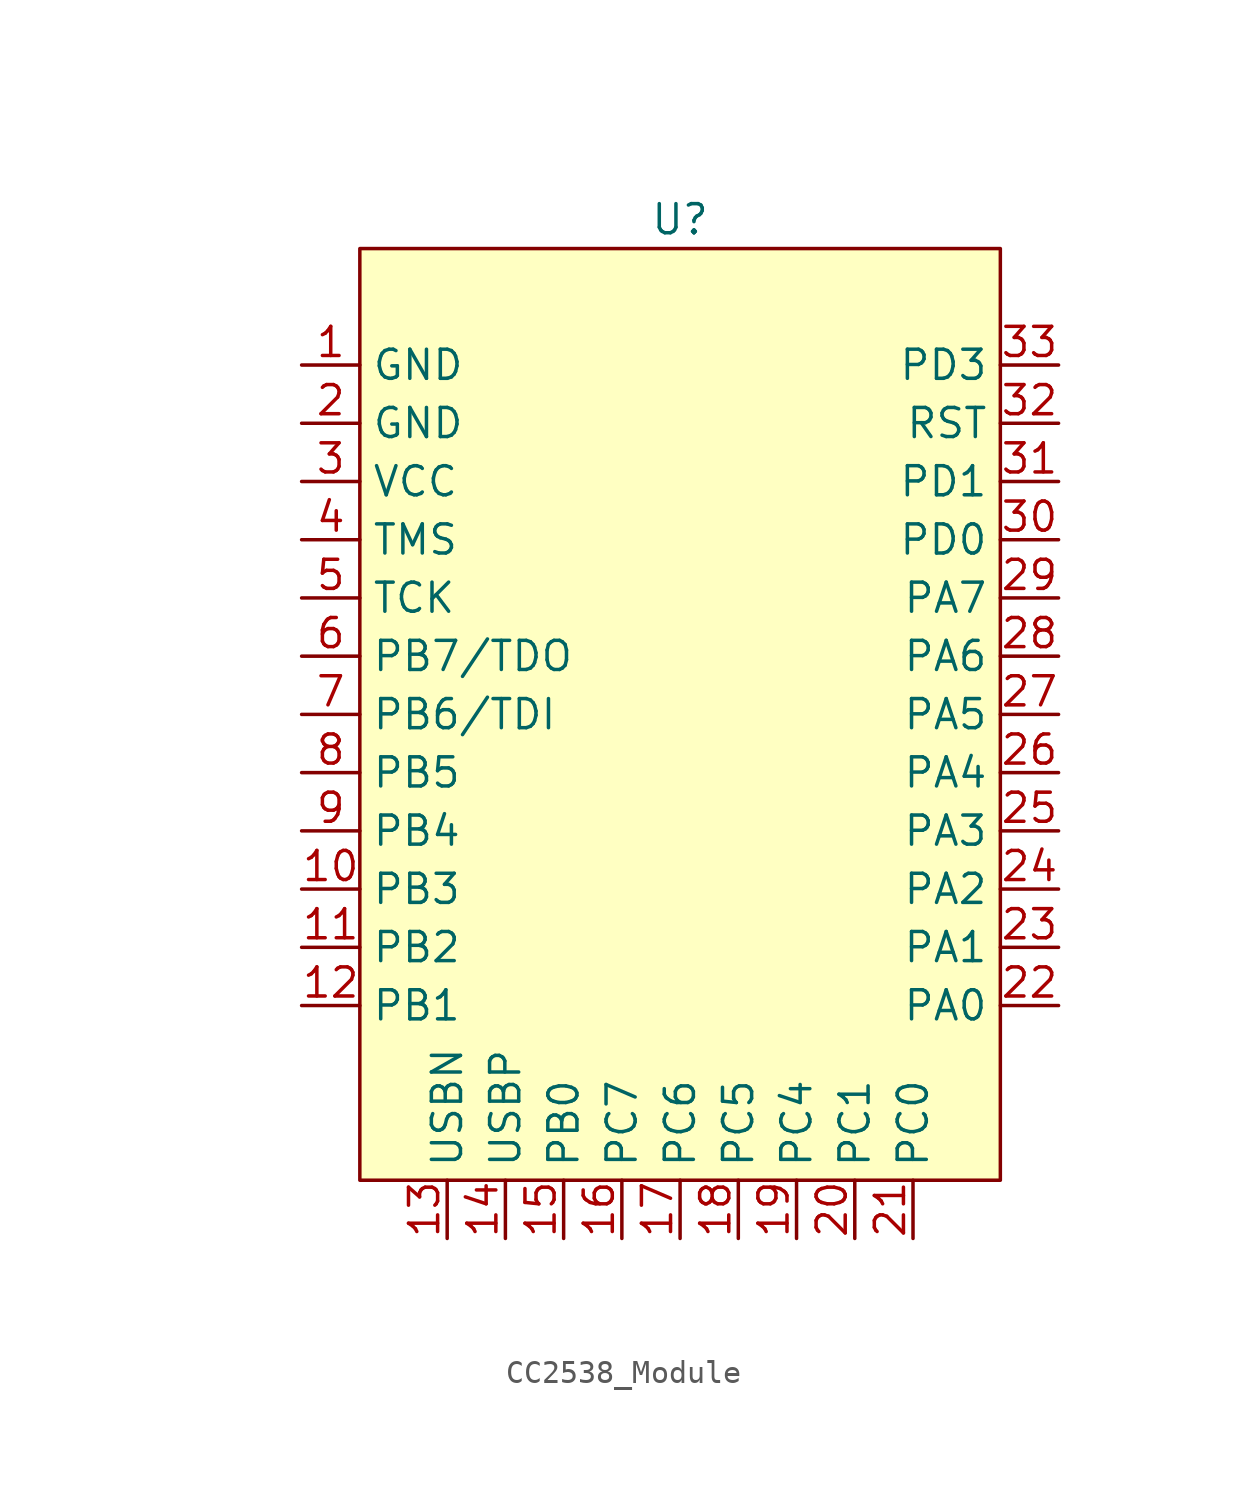
<source format=kicad_sym>
(kicad_symbol_lib
  (version 20231120)
  (generator "kicad_symbol_editor")
  (generator_version "8.0")
  (symbol "CC2538_Module"
    (property "Reference" "U"
      (at 0 20.32 0)
      (effects (font (size 1.27 1.27))))
    (property "Value" ""
      (at -21.59 13.97 0)
      (effects (font (size 1.27 1.27))))
    (symbol "CC2538_Module_0_0"
      (pin power_in line (at -16.51 13.97 0) (length 2.54) (name "GND" (effects (font (size 1.27 1.27)))) (number "1" (effects (font (size 1.27 1.27)))))
      (pin bidirectional line (at -16.51 -8.89 0) (length 2.54) (name "PB3" (effects (font (size 1.27 1.27)))) (number "10" (effects (font (size 1.27 1.27)))))
      (pin bidirectional line (at -16.51 -11.43 0) (length 2.54) (name "PB2" (effects (font (size 1.27 1.27)))) (number "11" (effects (font (size 1.27 1.27)))))
      (pin bidirectional line (at -16.51 -13.97 0) (length 2.54) (name "PB1" (effects (font (size 1.27 1.27)))) (number "12" (effects (font (size 1.27 1.27)))))
      (pin bidirectional line (at -10.16 -24.13 90) (length 2.54) (name "USBN" (effects (font (size 1.27 1.27)))) (number "13" (effects (font (size 1.27 1.27)))))
      (pin bidirectional line (at -7.62 -24.13 90) (length 2.54) (name "USBP" (effects (font (size 1.27 1.27)))) (number "14" (effects (font (size 1.27 1.27)))))
      (pin bidirectional line (at -5.08 -24.13 90) (length 2.54) (name "PB0" (effects (font (size 1.27 1.27)))) (number "15" (effects (font (size 1.27 1.27)))))
      (pin bidirectional line (at -2.54 -24.13 90) (length 2.54) (name "PC7" (effects (font (size 1.27 1.27)))) (number "16" (effects (font (size 1.27 1.27)))))
      (pin bidirectional line (at 0 -24.13 90) (length 2.54) (name "PC6" (effects (font (size 1.27 1.27)))) (number "17" (effects (font (size 1.27 1.27)))))
      (pin bidirectional line (at 2.54 -24.13 90) (length 2.54) (name "PC5" (effects (font (size 1.27 1.27)))) (number "18" (effects (font (size 1.27 1.27)))))
      (pin bidirectional line (at 5.08 -24.13 90) (length 2.54) (name "PC4" (effects (font (size 1.27 1.27)))) (number "19" (effects (font (size 1.27 1.27)))))
      (pin power_in line (at -16.51 11.43 0) (length 2.54) (name "GND" (effects (font (size 1.27 1.27)))) (number "2" (effects (font (size 1.27 1.27)))))
      (pin bidirectional line (at 7.62 -24.13 90) (length 2.54) (name "PC1" (effects (font (size 1.27 1.27)))) (number "20" (effects (font (size 1.27 1.27)))))
      (pin bidirectional line (at 10.16 -24.13 90) (length 2.54) (name "PC0" (effects (font (size 1.27 1.27)))) (number "21" (effects (font (size 1.27 1.27)))))
      (pin bidirectional line (at 16.51 -13.97 180) (length 2.54) (name "PA0" (effects (font (size 1.27 1.27)))) (number "22" (effects (font (size 1.27 1.27)))))
      (pin bidirectional line (at 16.51 -11.43 180) (length 2.54) (name "PA1" (effects (font (size 1.27 1.27)))) (number "23" (effects (font (size 1.27 1.27)))))
      (pin bidirectional line (at 16.51 -8.89 180) (length 2.54) (name "PA2" (effects (font (size 1.27 1.27)))) (number "24" (effects (font (size 1.27 1.27)))))
      (pin bidirectional line (at 16.51 -6.35 180) (length 2.54) (name "PA3" (effects (font (size 1.27 1.27)))) (number "25" (effects (font (size 1.27 1.27)))))
      (pin bidirectional line (at 16.51 -3.81 180) (length 2.54) (name "PA4" (effects (font (size 1.27 1.27)))) (number "26" (effects (font (size 1.27 1.27)))))
      (pin bidirectional line (at 16.51 -1.27 180) (length 2.54) (name "PA5" (effects (font (size 1.27 1.27)))) (number "27" (effects (font (size 1.27 1.27)))))
      (pin bidirectional line (at 16.51 1.27 180) (length 2.54) (name "PA6" (effects (font (size 1.27 1.27)))) (number "28" (effects (font (size 1.27 1.27)))))
      (pin bidirectional line (at 16.51 3.81 180) (length 2.54) (name "PA7" (effects (font (size 1.27 1.27)))) (number "29" (effects (font (size 1.27 1.27)))))
      (pin power_out line (at -16.51 8.89 0) (length 2.54) (name "VCC" (effects (font (size 1.27 1.27)))) (number "3" (effects (font (size 1.27 1.27)))))
      (pin bidirectional line (at 16.51 6.35 180) (length 2.54) (name "PD0" (effects (font (size 1.27 1.27)))) (number "30" (effects (font (size 1.27 1.27)))))
      (pin bidirectional line (at 16.51 8.89 180) (length 2.54) (name "PD1" (effects (font (size 1.27 1.27)))) (number "31" (effects (font (size 1.27 1.27)))))
      (pin input line (at 16.51 11.43 180) (length 2.54) (name "RST" (effects (font (size 1.27 1.27)))) (number "32" (effects (font (size 1.27 1.27)))))
      (pin bidirectional line (at 16.51 13.97 180) (length 2.54) (name "PD3" (effects (font (size 1.27 1.27)))) (number "33" (effects (font (size 1.27 1.27)))))
      (pin bidirectional line (at -16.51 6.35 0) (length 2.54) (name "TMS" (effects (font (size 1.27 1.27)))) (number "4" (effects (font (size 1.27 1.27)))))
      (pin bidirectional line (at -16.51 3.81 0) (length 2.54) (name "TCK" (effects (font (size 1.27 1.27)))) (number "5" (effects (font (size 1.27 1.27)))))
      (pin bidirectional line (at -16.51 1.27 0) (length 2.54) (name "PB7/TDO" (effects (font (size 1.27 1.27)))) (number "6" (effects (font (size 1.27 1.27)))))
      (pin bidirectional line (at -16.51 -1.27 0) (length 2.54) (name "PB6/TDI" (effects (font (size 1.27 1.27)))) (number "7" (effects (font (size 1.27 1.27)))))
      (pin bidirectional line (at -16.51 -3.81 0) (length 2.54) (name "PB5" (effects (font (size 1.27 1.27)))) (number "8" (effects (font (size 1.27 1.27)))))
      (pin bidirectional line (at -16.51 -6.35 0) (length 2.54) (name "PB4" (effects (font (size 1.27 1.27)))) (number "9" (effects (font (size 1.27 1.27))))))
    (symbol "CC2538_Module_1_1"
      (rectangle (start -13.97 19.05) (end 13.97 -21.59) (stroke (width 0) (type default)) (fill (type background))))))
</source>
